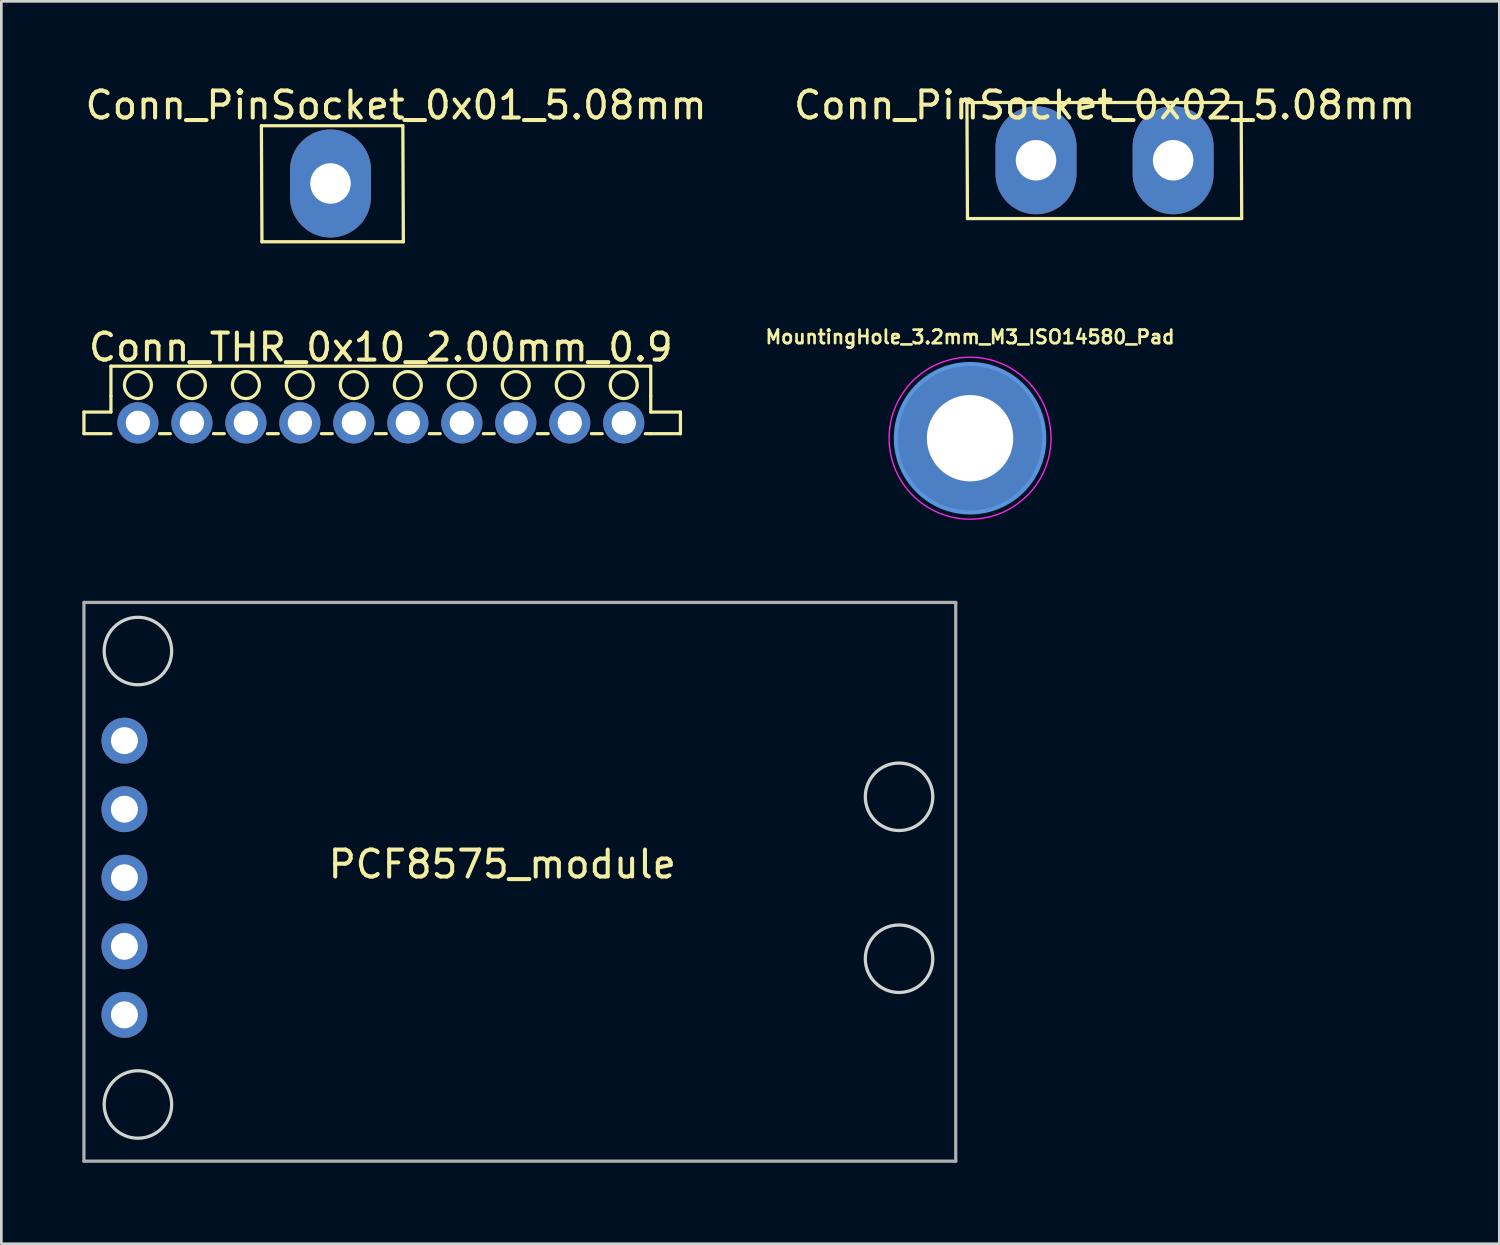
<source format=kicad_pcb>
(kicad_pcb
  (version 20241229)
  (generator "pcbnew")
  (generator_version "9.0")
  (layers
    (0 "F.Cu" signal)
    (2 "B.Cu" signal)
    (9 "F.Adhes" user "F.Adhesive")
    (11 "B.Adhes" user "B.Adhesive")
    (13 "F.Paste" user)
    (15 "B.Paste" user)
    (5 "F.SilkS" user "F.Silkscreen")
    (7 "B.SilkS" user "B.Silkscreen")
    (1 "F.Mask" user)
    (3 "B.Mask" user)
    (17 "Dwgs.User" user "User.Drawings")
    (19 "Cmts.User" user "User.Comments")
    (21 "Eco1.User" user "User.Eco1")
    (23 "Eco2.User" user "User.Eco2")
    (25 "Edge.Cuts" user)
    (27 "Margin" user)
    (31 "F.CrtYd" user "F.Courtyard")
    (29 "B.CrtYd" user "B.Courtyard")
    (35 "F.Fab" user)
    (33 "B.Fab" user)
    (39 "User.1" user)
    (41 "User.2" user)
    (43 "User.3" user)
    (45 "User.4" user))
  (footprint "PCF8575_module"
    (layer "F.Cu")
    (at 15.56 29.471)
    (property "Reference" "PCF8575_module" (at 0 -0.5 0) (unlocked yes) (layer "F.SilkS") (effects (font (size 1 1) (thickness 0.15))))
    (attr through_hole)
    (fp_circle (center -13.5 -8.4) (end -12.25 -8.4) (stroke (width 0.12) (type solid)) (fill no) (layer "Edge.Cuts"))
    (fp_circle (center -13.5 8.4) (end -12.25 8.4) (stroke (width 0.12) (type solid)) (fill no) (layer "Edge.Cuts"))
    (fp_circle (center 14.7 -3) (end 15.95 -3) (stroke (width 0.12) (type solid)) (fill no) (layer "Edge.Cuts"))
    (fp_circle (center 14.7 3) (end 15.95 3) (stroke (width 0.12) (type solid)) (fill no) (layer "Edge.Cuts"))
    (fp_line (start -15.5 -10.2) (end -15.5 10.5) (stroke (width 0.12) (type solid)) (layer "F.Fab"))
    (fp_line (start -15.5 -10.2) (end 16.8 -10.2) (stroke (width 0.12) (type solid)) (layer "F.Fab"))
    (fp_line (start -15.5 10.5) (end 16.8 10.5) (stroke (width 0.12) (type solid)) (layer "F.Fab"))
    (fp_line (start 16.8 -10.2) (end 16.8 10.5) (stroke (width 0.12) (type solid)) (layer "F.Fab"))
    (pad "1" thru_hole circle (at -14 -5.08) (size 1.7 1.7) (drill 1) (layers "*.Cu" "*.Mask"))
    (pad "2" thru_hole circle (at -14 -2.54) (size 1.7 1.7) (drill 1) (layers "*.Cu" "*.Mask"))
    (pad "3" thru_hole circle (at -14 0) (size 1.7 1.7) (drill 1) (layers "*.Cu" "*.Mask"))
    (pad "4" thru_hole circle (at -14 2.54) (size 1.7 1.7) (drill 1) (layers "*.Cu" "*.Mask"))
    (pad "5" thru_hole circle (at -14 5.08) (size 1.7 1.7) (drill 1) (layers "*.Cu" "*.Mask")))
  (footprint "Conn_PinSocket_0x01_5.08mm"
    (layer "F.Cu")
    (at 11.735 1.208)
    (property "Reference" "Conn_PinSocket_0x01_5.08mm" (at -0.11 -0.36 0) (layer "F.SilkS") (effects (font (size 1 1) (thickness 0.15))))
    (attr through_hole)
    (fp_line (start -5.1 0.4) (end -5.08 4.7) (stroke (width 0.12) (type solid)) (layer "F.SilkS"))
    (fp_line (start -5.1 0.4) (end 0.14 0.4) (stroke (width 0.12) (type solid)) (layer "F.SilkS"))
    (fp_line (start -5.08 4.7) (end 0.16 4.7) (stroke (width 0.12) (type solid)) (layer "F.SilkS"))
    (fp_line (start 0.16 4.7) (end 0.14 0.4) (stroke (width 0.12) (type solid)) (layer "F.SilkS"))
    (pad "1" thru_hole oval (at -2.54 2.54) (size 3 4) (drill 1.5) (layers "*.Cu" "*.Mask")))
  (footprint "MountingHole_3.2mm_M3_ISO14580_Pad"
    (layer "F.Cu")
    (at 32.891 13.186)
    (property "Reference" "MountingHole_3.2mm_M3_ISO14580_Pad" (at 0 -3.75 0) (layer "F.SilkS") (effects (font (size 0.5 0.5) (thickness 0.1))))
    (attr through_hole)
    (fp_circle (center 0 0) (end 2.75 0) (stroke (width 0.15) (type solid)) (fill no) (layer "Cmts.User"))
    (fp_circle (center 0 0) (end 3 0) (stroke (width 0.05) (type solid)) (fill no) (layer "F.CrtYd"))
    (pad "1" thru_hole circle (at 0 0) (size 5.5 5.5) (drill 3.2) (layers "*.Cu" "*.Mask")))
  (footprint "Conn_PinSocket_0x02_5.08mm"
    (layer "F.Cu")
    (at 37.875 0.348)
    (property "Reference" "Conn_PinSocket_0x02_5.08mm" (at 0 0.5 0) (layer "F.SilkS") (effects (font (size 1 1) (thickness 0.15))))
    (attr through_hole)
    (fp_line (start -5.1 0.4) (end -5.08 4.7) (stroke (width 0.12) (type solid)) (layer "F.SilkS"))
    (fp_line (start -5.1 0.4) (end 5.06 0.4) (stroke (width 0.12) (type solid)) (layer "F.SilkS"))
    (fp_line (start -5.08 4.7) (end 5.08 4.7) (stroke (width 0.12) (type solid)) (layer "F.SilkS"))
    (fp_line (start 5.08 4.7) (end 5.06 0.4) (stroke (width 0.12) (type solid)) (layer "F.SilkS"))
    (pad "1" thru_hole oval (at -2.54 2.54) (size 3 4) (drill 1.5) (layers "*.Cu" "*.Mask"))
    (pad "2" thru_hole oval (at 2.54 2.54) (size 3 4) (drill 1.5) (layers "*.Cu" "*.Mask")))
  (footprint "Conn_THR_0x10_2.00mm_0.9"
    (layer "F.Cu")
    (at 11.06 12.617)
    (property "Reference" "Conn_THR_0x10_2.00mm_0.9" (at 0 -2.8 0) (layer "F.SilkS") (effects (font (size 1 1) (thickness 0.15))))
    (attr through_hole)
    (fp_line (start -11 -0.4) (end -11 0.4) (stroke (width 0.12) (type solid)) (layer "F.SilkS"))
    (fp_line (start -11 0.4) (end -10 0.4) (stroke (width 0.12) (type solid)) (layer "F.SilkS"))
    (fp_line (start -10 -2.1) (end -10 -1) (stroke (width 0.12) (type solid)) (layer "F.SilkS"))
    (fp_line (start -10 -1) (end -10 -0.4) (stroke (width 0.12) (type solid)) (layer "F.SilkS"))
    (fp_line (start -10 -0.4) (end -11 -0.4) (stroke (width 0.12) (type solid)) (layer "F.SilkS"))
    (fp_line (start -7.8 0.4) (end -8.2 0.4) (stroke (width 0.12) (type solid)) (layer "F.SilkS"))
    (fp_line (start -5.8 0.4) (end -6.2 0.4) (stroke (width 0.12) (type solid)) (layer "F.SilkS"))
    (fp_line (start -3.8 0.4) (end -4.2 0.4) (stroke (width 0.12) (type solid)) (layer "F.SilkS"))
    (fp_line (start -1.8 0.4) (end -2.2 0.4) (stroke (width 0.12) (type solid)) (layer "F.SilkS"))
    (fp_line (start 0.2 0.4) (end -0.2 0.4) (stroke (width 0.12) (type solid)) (layer "F.SilkS"))
    (fp_line (start 2.2 0.4) (end 1.8 0.4) (stroke (width 0.12) (type solid)) (layer "F.SilkS"))
    (fp_line (start 4.2 0.4) (end 3.8 0.4) (stroke (width 0.12) (type solid)) (layer "F.SilkS"))
    (fp_line (start 6.2 0.4) (end 5.8 0.4) (stroke (width 0.12) (type solid)) (layer "F.SilkS"))
    (fp_line (start 8.2 0.4) (end 7.8 0.4) (stroke (width 0.12) (type solid)) (layer "F.SilkS"))
    (fp_line (start 10 -2.1) (end -10 -2.1) (stroke (width 0.12) (type solid)) (layer "F.SilkS"))
    (fp_line (start 10 -1) (end 10 -2.1) (stroke (width 0.12) (type solid)) (layer "F.SilkS"))
    (fp_line (start 10 -1) (end 10 -0.4) (stroke (width 0.12) (type solid)) (layer "F.SilkS"))
    (fp_line (start 10 -0.4) (end 11.1 -0.4) (stroke (width 0.12) (type solid)) (layer "F.SilkS"))
    (fp_line (start 10 0.4) (end 9.8 0.4) (stroke (width 0.12) (type solid)) (layer "F.SilkS"))
    (fp_line (start 11.1 -0.4) (end 11.1 0.4) (stroke (width 0.12) (type solid)) (layer "F.SilkS"))
    (fp_line (start 11.1 0.4) (end 10 0.4) (stroke (width 0.12) (type solid)) (layer "F.SilkS"))
    (fp_circle (center -9 -1.4) (end -8.5 -1.4) (stroke (width 0.12) (type solid)) (fill no) (layer "F.SilkS"))
    (fp_circle (center -7 -1.4) (end -6.5 -1.4) (stroke (width 0.12) (type solid)) (fill no) (layer "F.SilkS"))
    (fp_circle (center -5 -1.4) (end -4.5 -1.4) (stroke (width 0.12) (type solid)) (fill no) (layer "F.SilkS"))
    (fp_circle (center -3 -1.4) (end -2.5 -1.4) (stroke (width 0.12) (type solid)) (fill no) (layer "F.SilkS"))
    (fp_circle (center -1 -1.4) (end -0.5 -1.4) (stroke (width 0.12) (type solid)) (fill no) (layer "F.SilkS"))
    (fp_circle (center 1 -1.4) (end 1.5 -1.4) (stroke (width 0.12) (type solid)) (fill no) (layer "F.SilkS"))
    (fp_circle (center 3 -1.4) (end 3.5 -1.4) (stroke (width 0.12) (type solid)) (fill no) (layer "F.SilkS"))
    (fp_circle (center 5 -1.4) (end 5.5 -1.4) (stroke (width 0.12) (type solid)) (fill no) (layer "F.SilkS"))
    (fp_circle (center 7 -1.4) (end 7.5 -1.4) (stroke (width 0.12) (type solid)) (fill no) (layer "F.SilkS"))
    (fp_circle (center 9 -1.4) (end 9.5 -1.4) (stroke (width 0.12) (type solid)) (fill no) (layer "F.SilkS"))
    (pad "1" thru_hole circle (at 9 0) (size 1.524 1.524) (drill 0.9) (layers "*.Cu" "*.Mask"))
    (pad "2" thru_hole circle (at 7 0) (size 1.524 1.524) (drill 0.9) (layers "*.Cu" "*.Mask"))
    (pad "3" thru_hole circle (at 5 0) (size 1.524 1.524) (drill 0.9) (layers "*.Cu" "*.Mask"))
    (pad "4" thru_hole oval (at 3 0) (size 1.524 1.524) (drill 0.9) (layers "*.Cu" "*.Mask"))
    (pad "5" thru_hole circle (at 1 0) (size 1.524 1.524) (drill 0.9) (layers "*.Cu" "*.Mask"))
    (pad "6" thru_hole circle (at -1 0) (size 1.524 1.524) (drill 0.9) (layers "*.Cu" "*.Mask"))
    (pad "7" thru_hole circle (at -3 0) (size 1.524 1.524) (drill 0.9) (layers "*.Cu" "*.Mask"))
    (pad "8" thru_hole circle (at -5 0) (size 1.524 1.524) (drill 0.9) (layers "*.Cu" "*.Mask"))
    (pad "9" thru_hole circle (at -7 0) (size 1.524 1.524) (drill 0.9) (layers "*.Cu" "*.Mask"))
    (pad "10" thru_hole circle (at -9 0) (size 1.524 1.524) (drill 0.9) (layers "*.Cu" "*.Mask")))
  (gr_rect
    (start -3 -3)
    (end 52.5 43.031)
    (stroke (width 0.1) (type default))
    (fill no)
    (layer "Edge.Cuts")))
</source>
